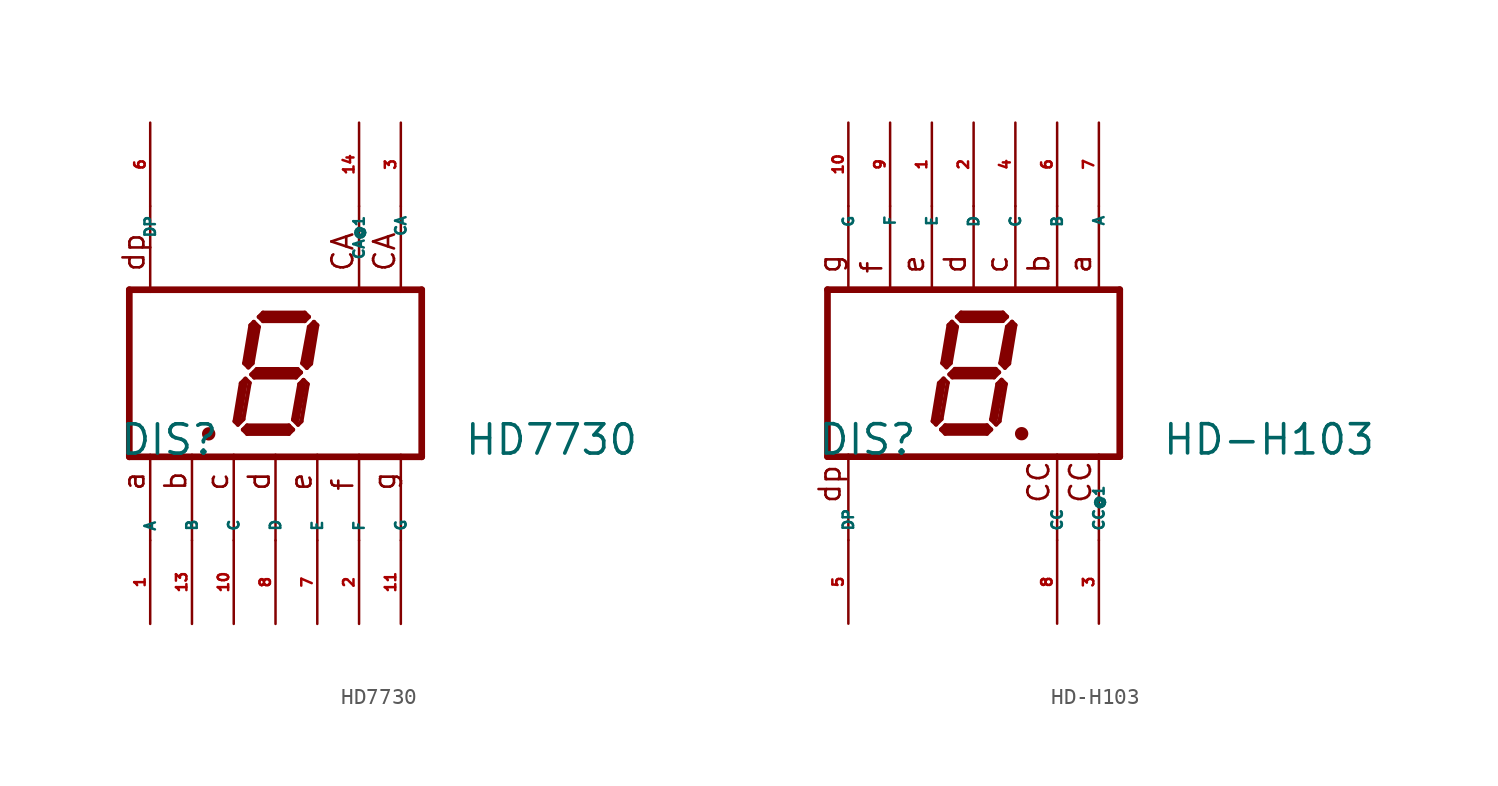
<source format=kicad_sym>
(kicad_symbol_lib
  (version 20220914)
  (generator Eagle2Kicad)
  (symbol "HD7730"
    (property "Reference" "DIS"
      (at -9.525 -5.08 0)
      (effects (font (size 1.778 1.778) (thickness 0.22)) (justify left bottom)))
    (property "Value" "HD7730"
      (at 11.43 -5.08 0)
      (effects (font (size 1.778 1.778) (thickness 0.22)) (justify left bottom)))
    (polyline
      (pts (xy 2.337 3.124) (xy 2.032 2.819))
      (stroke (width 0.254) (type default))
      (fill (type none)))
    (polyline
      (pts (xy 2.032 2.819) (xy 1.626 0.61))
      (stroke (width 0.254) (type default))
      (fill (type none)))
    (polyline
      (pts (xy 1.626 0.61) (xy 1.905 0.33))
      (stroke (width 0.254) (type default))
      (fill (type none)))
    (polyline
      (pts (xy 1.905 0.33) (xy 2.159 0.584))
      (stroke (width 0.254) (type default))
      (fill (type none)))
    (polyline
      (pts (xy 2.159 0.584) (xy 2.54 2.921))
      (stroke (width 0.254) (type default))
      (fill (type none)))
    (polyline
      (pts (xy 2.54 2.921) (xy 2.337 3.124))
      (stroke (width 0.254) (type default))
      (fill (type none)))
    (polyline
      (pts (xy 2.032 3.429) (xy 1.778 3.175))
      (stroke (width 0.254) (type default))
      (fill (type none)))
    (polyline
      (pts (xy 1.778 3.175) (xy -0.762 3.175))
      (stroke (width 0.254) (type default))
      (fill (type none)))
    (polyline
      (pts (xy -0.762 3.175) (xy -1.016 3.429))
      (stroke (width 0.254) (type default))
      (fill (type none)))
    (polyline
      (pts (xy -1.016 3.429) (xy -0.762 3.683))
      (stroke (width 0.254) (type default))
      (fill (type none)))
    (polyline
      (pts (xy -0.762 3.683) (xy 1.778 3.683))
      (stroke (width 0.254) (type default))
      (fill (type none)))
    (polyline
      (pts (xy 1.778 3.683) (xy 2.032 3.429))
      (stroke (width 0.254) (type default))
      (fill (type none)))
    (polyline
      (pts (xy -1.321 3.124) (xy -1.016 2.819))
      (stroke (width 0.254) (type default))
      (fill (type none)))
    (polyline
      (pts (xy -1.016 2.819) (xy -1.397 0.61))
      (stroke (width 0.254) (type default))
      (fill (type none)))
    (polyline
      (pts (xy -1.397 0.61) (xy -1.651 0.356))
      (stroke (width 0.254) (type default))
      (fill (type none)))
    (polyline
      (pts (xy -1.651 0.356) (xy -1.905 0.61))
      (stroke (width 0.254) (type default))
      (fill (type none)))
    (polyline
      (pts (xy -1.905 0.61) (xy -1.524 2.921))
      (stroke (width 0.254) (type default))
      (fill (type none)))
    (polyline
      (pts (xy -1.524 2.921) (xy -1.321 3.124))
      (stroke (width 0.254) (type default))
      (fill (type none)))
    (polyline
      (pts (xy -1.473 -0.076) (xy -1.143 0.254))
      (stroke (width 0.254) (type default))
      (fill (type none)))
    (polyline
      (pts (xy -1.143 0.254) (xy 1.346 0.254))
      (stroke (width 0.254) (type default))
      (fill (type none)))
    (polyline
      (pts (xy 1.346 0.254) (xy 1.549 0.051))
      (stroke (width 0.254) (type default))
      (fill (type none)))
    (polyline
      (pts (xy 1.549 0.051) (xy 1.245 -0.254))
      (stroke (width 0.254) (type default))
      (fill (type none)))
    (polyline
      (pts (xy 1.245 -0.254) (xy -1.295 -0.254))
      (stroke (width 0.254) (type default))
      (fill (type none)))
    (polyline
      (pts (xy -1.295 -0.254) (xy -1.473 -0.076))
      (stroke (width 0.254) (type default))
      (fill (type none)))
    (polyline
      (pts (xy -1.829 -0.33) (xy -1.575 -0.584))
      (stroke (width 0.254) (type default))
      (fill (type none)))
    (polyline
      (pts (xy -2.286 -3.124) (xy -1.956 -2.794))
      (stroke (width 0.254) (type default))
      (fill (type none)))
    (polyline
      (pts (xy -1.956 -2.794) (xy -1.575 -0.584))
      (stroke (width 0.254) (type default))
      (fill (type none)))
    (polyline
      (pts (xy -1.829 -0.33) (xy -2.108 -0.61))
      (stroke (width 0.254) (type default))
      (fill (type none)))
    (polyline
      (pts (xy -2.108 -0.61) (xy -2.489 -2.921))
      (stroke (width 0.254) (type default))
      (fill (type none)))
    (polyline
      (pts (xy -2.489 -2.921) (xy -2.286 -3.124))
      (stroke (width 0.254) (type default))
      (fill (type none)))
    (polyline
      (pts (xy -1.981 -3.429) (xy -1.727 -3.175))
      (stroke (width 0.254) (type default))
      (fill (type none)))
    (polyline
      (pts (xy -1.727 -3.175) (xy 0.813 -3.175))
      (stroke (width 0.254) (type default))
      (fill (type none)))
    (polyline
      (pts (xy 0.813 -3.175) (xy 1.067 -3.429))
      (stroke (width 0.254) (type default))
      (fill (type none)))
    (polyline
      (pts (xy 1.067 -3.429) (xy 0.813 -3.683))
      (stroke (width 0.254) (type default))
      (fill (type none)))
    (polyline
      (pts (xy 0.813 -3.683) (xy -1.727 -3.683))
      (stroke (width 0.254) (type default))
      (fill (type none)))
    (polyline
      (pts (xy -1.727 -3.683) (xy -1.981 -3.429))
      (stroke (width 0.254) (type default))
      (fill (type none)))
    (polyline
      (pts (xy 1.702 -0.406) (xy 1.448 -0.66))
      (stroke (width 0.254) (type default))
      (fill (type none)))
    (polyline
      (pts (xy 1.448 -0.66) (xy 1.067 -2.819))
      (stroke (width 0.254) (type default))
      (fill (type none)))
    (polyline
      (pts (xy 1.067 -2.819) (xy 1.372 -3.124))
      (stroke (width 0.254) (type default))
      (fill (type none)))
    (polyline
      (pts (xy 1.372 -3.124) (xy 1.575 -2.921))
      (stroke (width 0.254) (type default))
      (fill (type none)))
    (polyline
      (pts (xy 1.575 -2.921) (xy 1.956 -0.66))
      (stroke (width 0.254) (type default))
      (fill (type none)))
    (polyline
      (pts (xy 1.956 -0.66) (xy 1.702 -0.406))
      (stroke (width 0.254) (type default))
      (fill (type none)))
    (polyline
      (pts (xy 2.286 2.794) (xy 1.905 0.635))
      (stroke (width 0.406) (type default))
      (fill (type none)))
    (polyline
      (pts (xy 1.778 3.429) (xy -0.762 3.429))
      (stroke (width 0.406) (type default))
      (fill (type none)))
    (polyline
      (pts (xy -1.27 2.794) (xy -1.651 0.635))
      (stroke (width 0.406) (type default))
      (fill (type none)))
    (polyline
      (pts (xy -1.27 0) (xy 1.27 0))
      (stroke (width 0.406) (type default))
      (fill (type none)))
    (polyline
      (pts (xy 1.651 -0.762) (xy 1.27 -2.794))
      (stroke (width 0.406) (type default))
      (fill (type none)))
    (polyline
      (pts (xy 0.762 -3.429) (xy -1.651 -3.429))
      (stroke (width 0.406) (type default))
      (fill (type none)))
    (polyline
      (pts (xy -2.286 -2.921) (xy -1.905 -0.635))
      (stroke (width 0.406) (type default))
      (fill (type none)))
    (polyline
      (pts (xy -8.89 5.08) (xy 8.89 5.08))
      (stroke (width 0.406) (type default))
      (fill (type none)))
    (polyline
      (pts (xy 8.89 -5.08) (xy 8.89 5.08))
      (stroke (width 0.406) (type default))
      (fill (type none)))
    (polyline
      (pts (xy 8.89 -5.08) (xy -8.89 -5.08))
      (stroke (width 0.406) (type default))
      (fill (type none)))
    (polyline
      (pts (xy -8.89 5.08) (xy -8.89 -5.08))
      (stroke (width 0.406) (type default))
      (fill (type none)))
    (polyline
      (pts (xy 7.62 -4.953) (xy 7.62 -10.16))
      (stroke (width 0.152) (type default))
      (fill (type none)))
    (polyline
      (pts (xy 5.08 -4.953) (xy 5.08 -10.16))
      (stroke (width 0.152) (type default))
      (fill (type none)))
    (polyline
      (pts (xy 0 -4.953) (xy 0 -10.16))
      (stroke (width 0.152) (type default))
      (fill (type none)))
    (polyline
      (pts (xy -5.08 -4.953) (xy -5.08 -10.16))
      (stroke (width 0.152) (type default))
      (fill (type none)))
    (polyline
      (pts (xy -7.62 -4.953) (xy -7.62 -10.16))
      (stroke (width 0.152) (type default))
      (fill (type none)))
    (polyline
      (pts (xy 7.62 10.16) (xy 7.62 4.953))
      (stroke (width 0.152) (type default))
      (fill (type none)))
    (polyline
      (pts (xy -2.54 -4.953) (xy -2.54 -10.16))
      (stroke (width 0.152) (type default))
      (fill (type none)))
    (polyline
      (pts (xy 2.54 -4.953) (xy 2.54 -10.16))
      (stroke (width 0.152) (type default))
      (fill (type none)))
    (polyline
      (pts (xy -7.62 10.16) (xy -7.62 4.953))
      (stroke (width 0.152) (type default))
      (fill (type none)))
    (polyline
      (pts (xy 5.08 10.16) (xy 5.08 4.953))
      (stroke (width 0.152) (type default))
      (fill (type none)))
    (polyline
      (pts (xy -4.191 -3.683) (xy -3.937 -3.683))
      (stroke (width 0.305) (type default))
      (fill (type none)))
    (text "CA"
      (at 7.366 6.096 900)
      (effects (font (size 1.27 1.27) (thickness 0.16)) (justify left bottom)))
    (text "CA"
      (at 4.826 6.096 900)
      (effects (font (size 1.27 1.27) (thickness 0.16)) (justify left bottom)))
    (text "a"
      (at -7.874 -7.239 900)
      (effects (font (size 1.27 1.27) (thickness 0.16)) (justify left bottom)))
    (text "b"
      (at -5.334 -7.239 900)
      (effects (font (size 1.27 1.27) (thickness 0.16)) (justify left bottom)))
    (text "c"
      (at -2.794 -7.239 900)
      (effects (font (size 1.27 1.27) (thickness 0.16)) (justify left bottom)))
    (text "d"
      (at -0.254 -7.239 900)
      (effects (font (size 1.27 1.27) (thickness 0.16)) (justify left bottom)))
    (text "e"
      (at 2.286 -7.239 900)
      (effects (font (size 1.27 1.27) (thickness 0.16)) (justify left bottom)))
    (text "f"
      (at 4.826 -7.239 900)
      (effects (font (size 1.27 1.27) (thickness 0.16)) (justify left bottom)))
    (text "g"
      (at 7.366 -7.239 900)
      (effects (font (size 1.27 1.27) (thickness 0.16)) (justify left bottom)))
    (text "dp"
      (at -7.874 6.096 900)
      (effects (font (size 1.27 1.27) (thickness 0.16)) (justify left bottom)))
    (circle
      (center -4.064 -3.683)
      (radius 0.254)
      (stroke (width 0.305) (type default))
      (fill (type none)))
    (pin passive line
      (at -7.62 15.24 270)
      (length 5.08)
      (name "DP" (effects (font (size 0.635 0.635) (thickness 0.08)) (justify left bottom)))
      (number "6" (effects (font (size 0.635 0.635) (thickness 0.08)) (justify left bottom))))
    (pin passive line
      (at 5.08 -15.24 90)
      (length 5.08)
      (name "F" (effects (font (size 0.635 0.635) (thickness 0.08)) (justify left bottom)))
      (number "2" (effects (font (size 0.635 0.635) (thickness 0.08)) (justify left bottom))))
    (pin passive line
      (at 0 -15.24 90)
      (length 5.08)
      (name "D" (effects (font (size 0.635 0.635) (thickness 0.08)) (justify left bottom)))
      (number "8" (effects (font (size 0.635 0.635) (thickness 0.08)) (justify left bottom))))
    (pin passive line
      (at -5.08 -15.24 90)
      (length 5.08)
      (name "B" (effects (font (size 0.635 0.635) (thickness 0.08)) (justify left bottom)))
      (number "13" (effects (font (size 0.635 0.635) (thickness 0.08)) (justify left bottom))))
    (pin passive line
      (at -7.62 -15.24 90)
      (length 5.08)
      (name "A" (effects (font (size 0.635 0.635) (thickness 0.08)) (justify left bottom)))
      (number "1" (effects (font (size 0.635 0.635) (thickness 0.08)) (justify left bottom))))
    (pin passive line
      (at 7.62 15.24 270)
      (length 5.08)
      (name "CA" (effects (font (size 0.635 0.635) (thickness 0.08)) (justify left bottom)))
      (number "3" (effects (font (size 0.635 0.635) (thickness 0.08)) (justify left bottom))))
    (pin passive line
      (at -2.54 -15.24 90)
      (length 5.08)
      (name "C" (effects (font (size 0.635 0.635) (thickness 0.08)) (justify left bottom)))
      (number "10" (effects (font (size 0.635 0.635) (thickness 0.08)) (justify left bottom))))
    (pin passive line
      (at 2.54 -15.24 90)
      (length 5.08)
      (name "E" (effects (font (size 0.635 0.635) (thickness 0.08)) (justify left bottom)))
      (number "7" (effects (font (size 0.635 0.635) (thickness 0.08)) (justify left bottom))))
    (pin passive line
      (at 7.62 -15.24 90)
      (length 5.08)
      (name "G" (effects (font (size 0.635 0.635) (thickness 0.08)) (justify left bottom)))
      (number "11" (effects (font (size 0.635 0.635) (thickness 0.08)) (justify left bottom))))
    (pin passive line
      (at 5.08 15.24 270)
      (length 5.08)
      (name "CA@1" (effects (font (size 0.635 0.635) (thickness 0.08)) (justify left bottom)))
      (number "14" (effects (font (size 0.635 0.635) (thickness 0.08)) (justify left bottom)))))
  (symbol "HD-H103"
    (property "Reference" "DIS"
      (at -9.525 -5.08 0)
      (effects (font (size 1.778 1.778) (thickness 0.22)) (justify left bottom)))
    (property "Value" "HD-H103"
      (at 11.43 -5.08 0)
      (effects (font (size 1.778 1.778) (thickness 0.22)) (justify left bottom)))
    (polyline
      (pts (xy 2.794 -3.683) (xy 3.048 -3.683))
      (stroke (width 0.305) (type default))
      (fill (type none)))
    (polyline
      (pts (xy 2.337 3.124) (xy 2.032 2.819))
      (stroke (width 0.254) (type default))
      (fill (type none)))
    (polyline
      (pts (xy 2.032 2.819) (xy 1.626 0.61))
      (stroke (width 0.254) (type default))
      (fill (type none)))
    (polyline
      (pts (xy 1.626 0.61) (xy 1.905 0.33))
      (stroke (width 0.254) (type default))
      (fill (type none)))
    (polyline
      (pts (xy 1.905 0.33) (xy 2.159 0.584))
      (stroke (width 0.254) (type default))
      (fill (type none)))
    (polyline
      (pts (xy 2.159 0.584) (xy 2.54 2.921))
      (stroke (width 0.254) (type default))
      (fill (type none)))
    (polyline
      (pts (xy 2.54 2.921) (xy 2.337 3.124))
      (stroke (width 0.254) (type default))
      (fill (type none)))
    (polyline
      (pts (xy 2.032 3.429) (xy 1.778 3.175))
      (stroke (width 0.254) (type default))
      (fill (type none)))
    (polyline
      (pts (xy 1.778 3.175) (xy -0.762 3.175))
      (stroke (width 0.254) (type default))
      (fill (type none)))
    (polyline
      (pts (xy -0.762 3.175) (xy -1.016 3.429))
      (stroke (width 0.254) (type default))
      (fill (type none)))
    (polyline
      (pts (xy -1.016 3.429) (xy -0.762 3.683))
      (stroke (width 0.254) (type default))
      (fill (type none)))
    (polyline
      (pts (xy -0.762 3.683) (xy 1.778 3.683))
      (stroke (width 0.254) (type default))
      (fill (type none)))
    (polyline
      (pts (xy 1.778 3.683) (xy 2.032 3.429))
      (stroke (width 0.254) (type default))
      (fill (type none)))
    (polyline
      (pts (xy -1.321 3.124) (xy -1.016 2.819))
      (stroke (width 0.254) (type default))
      (fill (type none)))
    (polyline
      (pts (xy -1.016 2.819) (xy -1.397 0.61))
      (stroke (width 0.254) (type default))
      (fill (type none)))
    (polyline
      (pts (xy -1.397 0.61) (xy -1.651 0.356))
      (stroke (width 0.254) (type default))
      (fill (type none)))
    (polyline
      (pts (xy -1.651 0.356) (xy -1.905 0.61))
      (stroke (width 0.254) (type default))
      (fill (type none)))
    (polyline
      (pts (xy -1.905 0.61) (xy -1.524 2.921))
      (stroke (width 0.254) (type default))
      (fill (type none)))
    (polyline
      (pts (xy -1.524 2.921) (xy -1.321 3.124))
      (stroke (width 0.254) (type default))
      (fill (type none)))
    (polyline
      (pts (xy -1.473 -0.076) (xy -1.143 0.254))
      (stroke (width 0.254) (type default))
      (fill (type none)))
    (polyline
      (pts (xy -1.143 0.254) (xy 1.346 0.254))
      (stroke (width 0.254) (type default))
      (fill (type none)))
    (polyline
      (pts (xy 1.346 0.254) (xy 1.549 0.051))
      (stroke (width 0.254) (type default))
      (fill (type none)))
    (polyline
      (pts (xy 1.549 0.051) (xy 1.245 -0.254))
      (stroke (width 0.254) (type default))
      (fill (type none)))
    (polyline
      (pts (xy 1.245 -0.254) (xy -1.295 -0.254))
      (stroke (width 0.254) (type default))
      (fill (type none)))
    (polyline
      (pts (xy -1.295 -0.254) (xy -1.473 -0.076))
      (stroke (width 0.254) (type default))
      (fill (type none)))
    (polyline
      (pts (xy -1.829 -0.33) (xy -1.575 -0.584))
      (stroke (width 0.254) (type default))
      (fill (type none)))
    (polyline
      (pts (xy -2.286 -3.124) (xy -1.956 -2.794))
      (stroke (width 0.254) (type default))
      (fill (type none)))
    (polyline
      (pts (xy -1.956 -2.794) (xy -1.575 -0.584))
      (stroke (width 0.254) (type default))
      (fill (type none)))
    (polyline
      (pts (xy -1.829 -0.33) (xy -2.108 -0.61))
      (stroke (width 0.254) (type default))
      (fill (type none)))
    (polyline
      (pts (xy -2.108 -0.61) (xy -2.489 -2.921))
      (stroke (width 0.254) (type default))
      (fill (type none)))
    (polyline
      (pts (xy -2.489 -2.921) (xy -2.286 -3.124))
      (stroke (width 0.254) (type default))
      (fill (type none)))
    (polyline
      (pts (xy -1.981 -3.429) (xy -1.727 -3.175))
      (stroke (width 0.254) (type default))
      (fill (type none)))
    (polyline
      (pts (xy -1.727 -3.175) (xy 0.813 -3.175))
      (stroke (width 0.254) (type default))
      (fill (type none)))
    (polyline
      (pts (xy 0.813 -3.175) (xy 1.067 -3.429))
      (stroke (width 0.254) (type default))
      (fill (type none)))
    (polyline
      (pts (xy 1.067 -3.429) (xy 0.813 -3.683))
      (stroke (width 0.254) (type default))
      (fill (type none)))
    (polyline
      (pts (xy 0.813 -3.683) (xy -1.727 -3.683))
      (stroke (width 0.254) (type default))
      (fill (type none)))
    (polyline
      (pts (xy -1.727 -3.683) (xy -1.981 -3.429))
      (stroke (width 0.254) (type default))
      (fill (type none)))
    (polyline
      (pts (xy 1.702 -0.406) (xy 1.448 -0.66))
      (stroke (width 0.254) (type default))
      (fill (type none)))
    (polyline
      (pts (xy 1.448 -0.66) (xy 1.067 -2.819))
      (stroke (width 0.254) (type default))
      (fill (type none)))
    (polyline
      (pts (xy 1.067 -2.819) (xy 1.372 -3.124))
      (stroke (width 0.254) (type default))
      (fill (type none)))
    (polyline
      (pts (xy 1.372 -3.124) (xy 1.575 -2.921))
      (stroke (width 0.254) (type default))
      (fill (type none)))
    (polyline
      (pts (xy 1.575 -2.921) (xy 1.956 -0.66))
      (stroke (width 0.254) (type default))
      (fill (type none)))
    (polyline
      (pts (xy 1.956 -0.66) (xy 1.702 -0.406))
      (stroke (width 0.254) (type default))
      (fill (type none)))
    (polyline
      (pts (xy 2.286 2.794) (xy 1.905 0.635))
      (stroke (width 0.406) (type default))
      (fill (type none)))
    (polyline
      (pts (xy 1.778 3.429) (xy -0.762 3.429))
      (stroke (width 0.406) (type default))
      (fill (type none)))
    (polyline
      (pts (xy -1.27 2.794) (xy -1.651 0.635))
      (stroke (width 0.406) (type default))
      (fill (type none)))
    (polyline
      (pts (xy -1.27 0) (xy 1.27 0))
      (stroke (width 0.406) (type default))
      (fill (type none)))
    (polyline
      (pts (xy 1.651 -0.762) (xy 1.27 -2.794))
      (stroke (width 0.406) (type default))
      (fill (type none)))
    (polyline
      (pts (xy 0.762 -3.429) (xy -1.651 -3.429))
      (stroke (width 0.406) (type default))
      (fill (type none)))
    (polyline
      (pts (xy -2.286 -2.921) (xy -1.905 -0.635))
      (stroke (width 0.406) (type default))
      (fill (type none)))
    (polyline
      (pts (xy -8.89 5.08) (xy 8.89 5.08))
      (stroke (width 0.406) (type default))
      (fill (type none)))
    (polyline
      (pts (xy 8.89 -5.08) (xy 8.89 5.08))
      (stroke (width 0.406) (type default))
      (fill (type none)))
    (polyline
      (pts (xy 8.89 -5.08) (xy -8.89 -5.08))
      (stroke (width 0.406) (type default))
      (fill (type none)))
    (polyline
      (pts (xy -8.89 5.08) (xy -8.89 -5.08))
      (stroke (width 0.406) (type default))
      (fill (type none)))
    (polyline
      (pts (xy 5.08 4.953) (xy 5.08 10.16))
      (stroke (width 0.152) (type default))
      (fill (type none)))
    (polyline
      (pts (xy -7.62 4.953) (xy -7.62 10.16))
      (stroke (width 0.152) (type default))
      (fill (type none)))
    (polyline
      (pts (xy 0 4.953) (xy 0 10.16))
      (stroke (width 0.152) (type default))
      (fill (type none)))
    (polyline
      (pts (xy -5.08 4.953) (xy -5.08 10.16))
      (stroke (width 0.152) (type default))
      (fill (type none)))
    (polyline
      (pts (xy 7.62 4.953) (xy 7.62 10.16))
      (stroke (width 0.152) (type default))
      (fill (type none)))
    (polyline
      (pts (xy 7.62 -10.16) (xy 7.62 -4.953))
      (stroke (width 0.152) (type default))
      (fill (type none)))
    (polyline
      (pts (xy -2.54 4.953) (xy -2.54 10.16))
      (stroke (width 0.152) (type default))
      (fill (type none)))
    (polyline
      (pts (xy 2.54 4.953) (xy 2.54 10.16))
      (stroke (width 0.152) (type default))
      (fill (type none)))
    (polyline
      (pts (xy -7.62 -10.16) (xy -7.62 -4.953))
      (stroke (width 0.152) (type default))
      (fill (type none)))
    (polyline
      (pts (xy 5.08 -10.16) (xy 5.08 -4.953))
      (stroke (width 0.152) (type default))
      (fill (type none)))
    (text "CC"
      (at 4.699 -8.001 900)
      (effects (font (size 1.27 1.27) (thickness 0.16)) (justify left bottom)))
    (text "CC"
      (at 7.239 -8.001 900)
      (effects (font (size 1.27 1.27) (thickness 0.16)) (justify left bottom)))
    (text "dp"
      (at -8.001 -8.001 900)
      (effects (font (size 1.27 1.27) (thickness 0.16)) (justify left bottom)))
    (text "a"
      (at 7.239 5.969 900)
      (effects (font (size 1.27 1.27) (thickness 0.16)) (justify left bottom)))
    (text "b"
      (at 4.699 5.969 900)
      (effects (font (size 1.27 1.27) (thickness 0.16)) (justify left bottom)))
    (text "c"
      (at 2.159 5.969 900)
      (effects (font (size 1.27 1.27) (thickness 0.16)) (justify left bottom)))
    (text "d"
      (at -0.381 5.969 900)
      (effects (font (size 1.27 1.27) (thickness 0.16)) (justify left bottom)))
    (text "e"
      (at -2.921 5.969 900)
      (effects (font (size 1.27 1.27) (thickness 0.16)) (justify left bottom)))
    (text "f"
      (at -5.461 5.969 900)
      (effects (font (size 1.27 1.27) (thickness 0.16)) (justify left bottom)))
    (text "g"
      (at -8.001 5.969 900)
      (effects (font (size 1.27 1.27) (thickness 0.16)) (justify left bottom)))
    (circle
      (center 2.921 -3.683)
      (radius 0.254)
      (stroke (width 0.305) (type default))
      (fill (type none)))
    (pin passive line
      (at -7.62 15.24 270)
      (length 5.08)
      (name "G" (effects (font (size 0.635 0.635) (thickness 0.08)) (justify left bottom)))
      (number "10" (effects (font (size 0.635 0.635) (thickness 0.08)) (justify left bottom))))
    (pin passive line
      (at -5.08 15.24 270)
      (length 5.08)
      (name "F" (effects (font (size 0.635 0.635) (thickness 0.08)) (justify left bottom)))
      (number "9" (effects (font (size 0.635 0.635) (thickness 0.08)) (justify left bottom))))
    (pin passive line
      (at 0 15.24 270)
      (length 5.08)
      (name "D" (effects (font (size 0.635 0.635) (thickness 0.08)) (justify left bottom)))
      (number "2" (effects (font (size 0.635 0.635) (thickness 0.08)) (justify left bottom))))
    (pin passive line
      (at 5.08 15.24 270)
      (length 5.08)
      (name "B" (effects (font (size 0.635 0.635) (thickness 0.08)) (justify left bottom)))
      (number "6" (effects (font (size 0.635 0.635) (thickness 0.08)) (justify left bottom))))
    (pin passive line
      (at 7.62 15.24 270)
      (length 5.08)
      (name "A" (effects (font (size 0.635 0.635) (thickness 0.08)) (justify left bottom)))
      (number "7" (effects (font (size 0.635 0.635) (thickness 0.08)) (justify left bottom))))
    (pin passive line
      (at 7.62 -15.24 90)
      (length 5.08)
      (name "CC@1" (effects (font (size 0.635 0.635) (thickness 0.08)) (justify left bottom)))
      (number "3" (effects (font (size 0.635 0.635) (thickness 0.08)) (justify left bottom))))
    (pin passive line
      (at 2.54 15.24 270)
      (length 5.08)
      (name "C" (effects (font (size 0.635 0.635) (thickness 0.08)) (justify left bottom)))
      (number "4" (effects (font (size 0.635 0.635) (thickness 0.08)) (justify left bottom))))
    (pin passive line
      (at -2.54 15.24 270)
      (length 5.08)
      (name "E" (effects (font (size 0.635 0.635) (thickness 0.08)) (justify left bottom)))
      (number "1" (effects (font (size 0.635 0.635) (thickness 0.08)) (justify left bottom))))
    (pin passive line
      (at -7.62 -15.24 90)
      (length 5.08)
      (name "DP" (effects (font (size 0.635 0.635) (thickness 0.08)) (justify left bottom)))
      (number "5" (effects (font (size 0.635 0.635) (thickness 0.08)) (justify left bottom))))
    (pin passive line
      (at 5.08 -15.24 90)
      (length 5.08)
      (name "CC" (effects (font (size 0.635 0.635) (thickness 0.08)) (justify left bottom)))
      (number "8" (effects (font (size 0.635 0.635) (thickness 0.08)) (justify left bottom))))))
</source>
